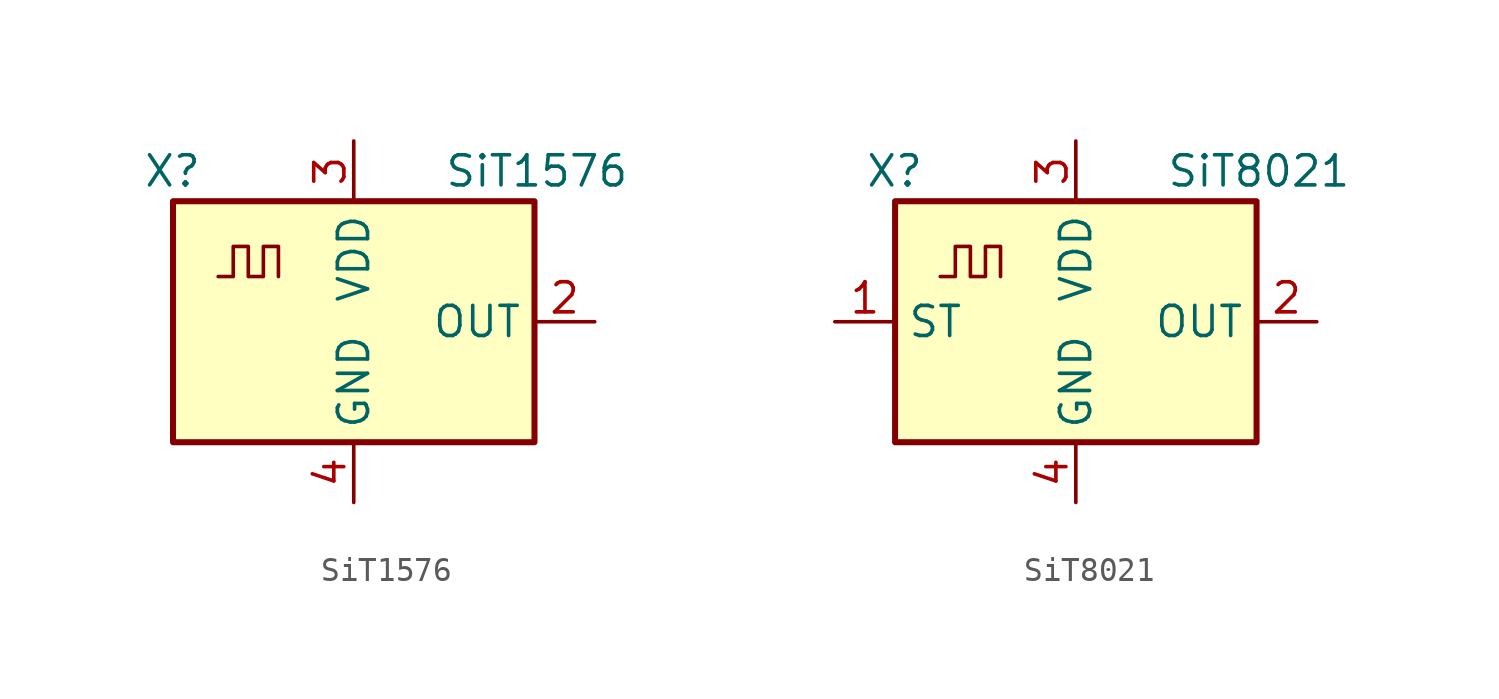
<source format=kicad_sym>
(kicad_symbol_lib
  (version 20220914)
  (generator kicad_symbol_editor)
  (symbol "SiT1576"
    (property "Reference" "X"
      (at -8.89 6.35 0)
      (effects (font (size 1.27 1.27)) (justify left)))
    (property "Value" "SiT1576"
      (at 3.81 6.35 0)
      (effects (font (size 1.27 1.27)) (justify left)))
    (symbol "SiT1576_0_1"
      (rectangle (start -7.62 5.08) (end 7.62 -5.08) (stroke (width 0.254) (type solid)) (fill (type background)))
      (polyline (pts (xy -5.715 1.905) (xy -5.08 1.905) (xy -5.08 3.175) (xy -4.445 3.175) (xy -4.445 1.905) (xy -3.81 1.905) (xy -3.81 3.175) (xy -3.175 3.175) (xy -3.175 1.905)) (stroke (width 0) (type solid)) (fill (type none))))
    (symbol "SiT1576_1_1"
      (pin output line (at 10.16 0 180) (length 2.54) (name "OUT" (effects (font (size 1.27 1.27)))) (number "2" (effects (font (size 1.27 1.27)))))
      (pin power_in line (at 0 7.62 270) (length 2.54) (name "VDD" (effects (font (size 1.27 1.27)))) (number "3" (effects (font (size 1.27 1.27)))))
      (pin power_in line (at 0 -7.62 90) (length 2.54) (name "GND" (effects (font (size 1.27 1.27)))) (number "4" (effects (font (size 1.27 1.27)))))))
  (symbol "SiT8021"
    (property "Reference" "X"
      (at -8.89 6.35 0)
      (effects (font (size 1.27 1.27)) (justify left)))
    (property "Value" "SiT8021"
      (at 3.81 6.35 0)
      (effects (font (size 1.27 1.27)) (justify left)))
    (symbol "SiT8021_0_1"
      (rectangle (start -7.62 5.08) (end 7.62 -5.08) (stroke (width 0.254) (type solid)) (fill (type background)))
      (polyline (pts (xy -5.715 1.905) (xy -5.08 1.905) (xy -5.08 3.175) (xy -4.445 3.175) (xy -4.445 1.905) (xy -3.81 1.905) (xy -3.81 3.175) (xy -3.175 3.175) (xy -3.175 1.905)) (stroke (width 0) (type solid)) (fill (type none))))
    (symbol "SiT8021_1_1"
      (pin input line (at -10.16 0 0) (length 2.54) (name "ST" (effects (font (size 1.27 1.27)))) (number "1" (effects (font (size 1.27 1.27)))))
      (pin output line (at 10.16 0 180) (length 2.54) (name "OUT" (effects (font (size 1.27 1.27)))) (number "2" (effects (font (size 1.27 1.27)))))
      (pin power_in line (at 0 7.62 270) (length 2.54) (name "VDD" (effects (font (size 1.27 1.27)))) (number "3" (effects (font (size 1.27 1.27)))))
      (pin power_in line (at 0 -7.62 90) (length 2.54) (name "GND" (effects (font (size 1.27 1.27)))) (number "4" (effects (font (size 1.27 1.27))))))))
</source>
